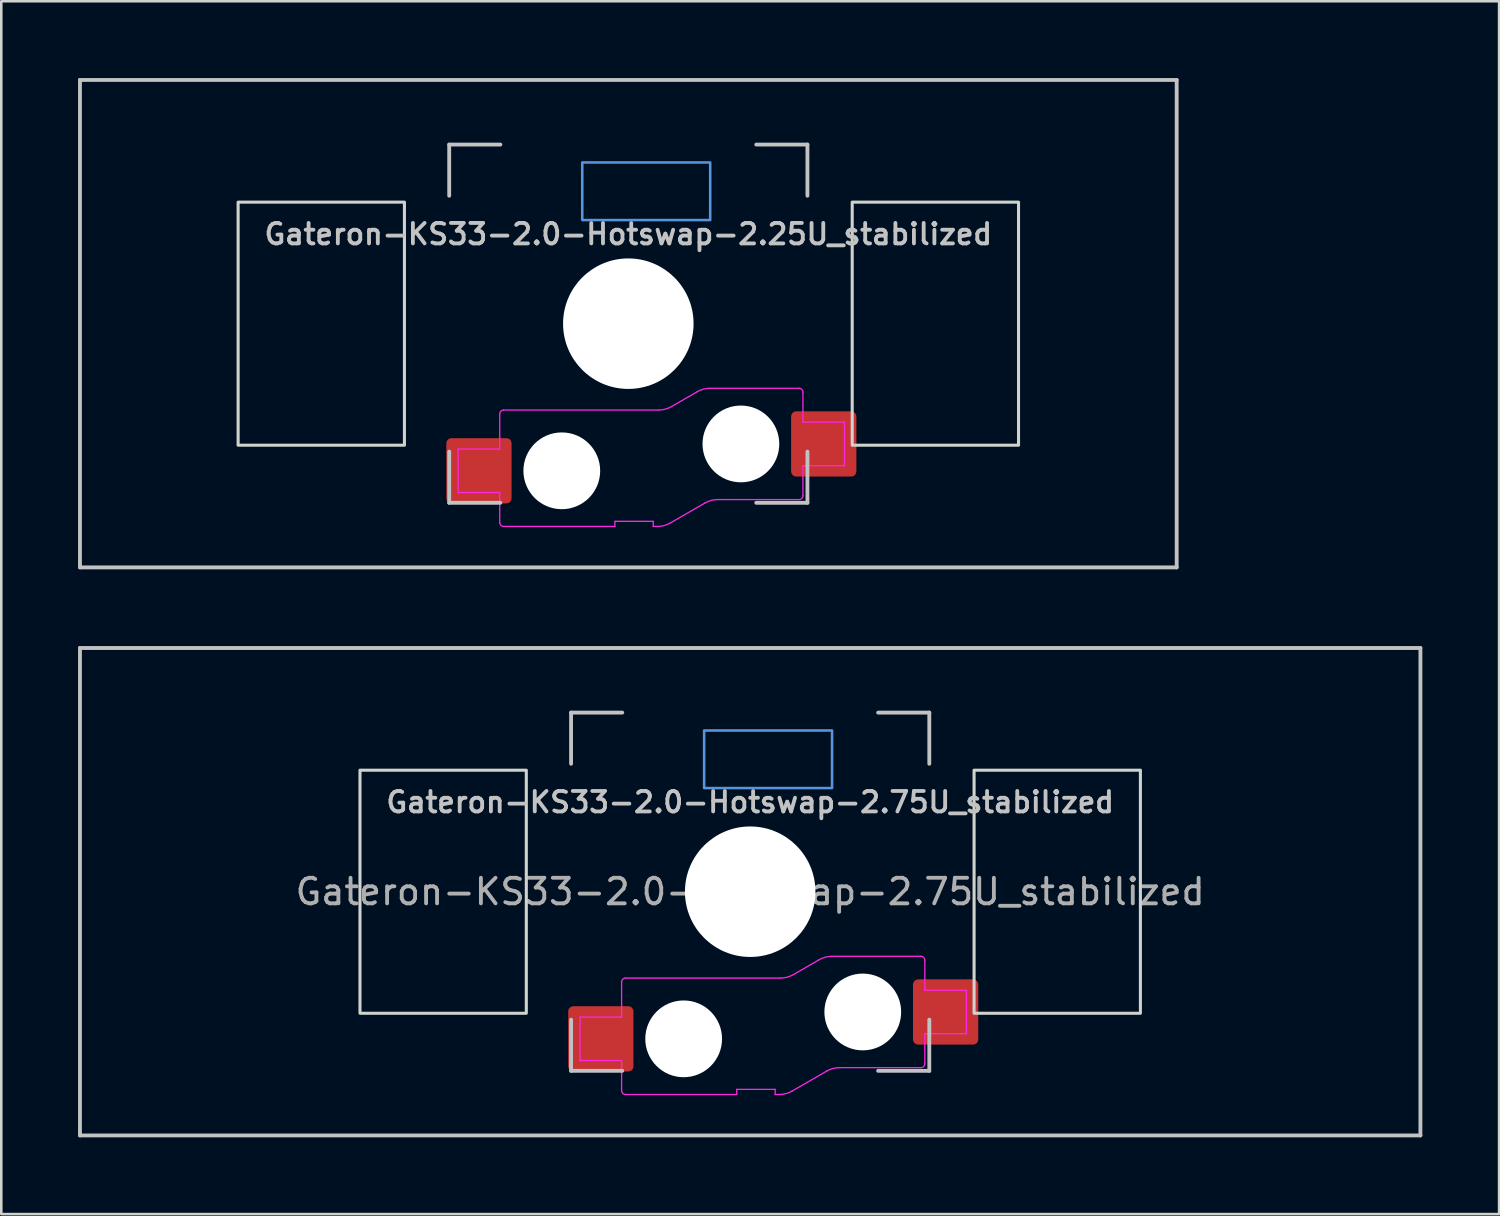
<source format=kicad_pcb>
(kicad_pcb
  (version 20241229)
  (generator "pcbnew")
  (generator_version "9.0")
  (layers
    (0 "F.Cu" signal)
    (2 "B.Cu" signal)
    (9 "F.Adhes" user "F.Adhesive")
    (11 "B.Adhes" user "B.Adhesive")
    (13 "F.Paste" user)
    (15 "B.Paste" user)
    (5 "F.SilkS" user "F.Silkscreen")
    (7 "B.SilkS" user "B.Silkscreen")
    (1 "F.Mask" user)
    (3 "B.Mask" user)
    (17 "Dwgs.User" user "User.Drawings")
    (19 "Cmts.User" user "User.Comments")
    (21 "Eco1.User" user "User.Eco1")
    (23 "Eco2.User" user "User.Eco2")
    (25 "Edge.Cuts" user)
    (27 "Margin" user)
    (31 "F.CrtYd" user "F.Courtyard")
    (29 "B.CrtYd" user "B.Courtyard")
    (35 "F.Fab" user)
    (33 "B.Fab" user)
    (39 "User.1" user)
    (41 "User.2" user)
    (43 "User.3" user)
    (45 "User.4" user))
  (footprint "Gateron-KS33-2.0-Hotswap-2.75U_stabilized"
    (layer "F.Cu")
    (at 26.269 31.8)
    (property "Reference" "Gateron-KS33-2.0-Hotswap-2.75U_stabilized" (at 0 -3.5 0) (layer "Dwgs.User") (effects (font (size 0.8 0.8) (thickness 0.15))))
    (attr smd)
    (fp_line (start -26.194 9.525) (end -26.194 -9.525) (stroke (width 0.15) (type solid)) (layer "Dwgs.User"))
    (fp_line (start -7 -7) (end -5 -7) (stroke (width 0.15) (type solid)) (layer "Dwgs.User"))
    (fp_line (start -7 -5) (end -7 -7) (stroke (width 0.15) (type solid)) (layer "Dwgs.User"))
    (fp_line (start -7 5) (end -7 7) (stroke (width 0.15) (type solid)) (layer "Dwgs.User"))
    (fp_line (start -7 7) (end -5 7) (stroke (width 0.15) (type solid)) (layer "Dwgs.User"))
    (fp_line (start 0 -2) (end 0 2) (stroke (width 0.1) (type solid)) (layer "Dwgs.User"))
    (fp_line (start 2 0) (end -2 0) (stroke (width 0.1) (type solid)) (layer "Dwgs.User"))
    (fp_line (start 5 7) (end 7 7) (stroke (width 0.15) (type solid)) (layer "Dwgs.User"))
    (fp_line (start 7 -7) (end 5 -7) (stroke (width 0.15) (type solid)) (layer "Dwgs.User"))
    (fp_line (start 7 -5) (end 7 -7) (stroke (width 0.15) (type solid)) (layer "Dwgs.User"))
    (fp_line (start 7 7) (end 7 5) (stroke (width 0.15) (type solid)) (layer "Dwgs.User"))
    (fp_line (start 26.194 -9.525) (end -26.194 -9.525) (stroke (width 0.15) (type solid)) (layer "Dwgs.User"))
    (fp_line (start 26.194 9.525) (end -26.194 9.525) (stroke (width 0.15) (type solid)) (layer "Dwgs.User"))
    (fp_line (start 26.194 9.525) (end 26.194 -9.525) (stroke (width 0.15) (type solid)) (layer "Dwgs.User"))
    (fp_rect (start -1.8 -6.3) (end 3.2 -4.05) (stroke (width 0.1) (type default)) (fill no) (layer "Cmts.User"))
    (fp_rect (start -15.25 -4.75) (end -8.75 4.75) (stroke (width 0.12) (type solid)) (fill no) (layer "Edge.Cuts"))
    (fp_rect (start 8.75 -4.75) (end 15.25 4.75) (stroke (width 0.12) (type solid)) (fill no) (layer "Edge.Cuts"))
    (fp_line (start -6.65 4.9) (end -6.65 6.6) (stroke (width 0.05) (type solid)) (layer "F.CrtYd"))
    (fp_line (start -6.65 6.6) (end -5.025 6.6) (stroke (width 0.05) (type solid)) (layer "F.CrtYd"))
    (fp_line (start -5.025 3.525) (end -5.025 4.9) (stroke (width 0.05) (type solid)) (layer "F.CrtYd"))
    (fp_line (start -5.025 4.9) (end -6.65 4.9) (stroke (width 0.05) (type solid)) (layer "F.CrtYd"))
    (fp_line (start -5.025 6.6) (end -5.025 7.775) (stroke (width 0.05) (type solid)) (layer "F.CrtYd"))
    (fp_line (start -4.875 7.925) (end -0.525 7.925) (stroke (width 0.05) (type solid)) (layer "F.CrtYd"))
    (fp_line (start -0.525 7.725) (end 0.975 7.725) (stroke (width 0.05) (type solid)) (layer "F.CrtYd"))
    (fp_line (start -0.525 7.925) (end -0.525 7.725) (stroke (width 0.05) (type solid)) (layer "F.CrtYd"))
    (fp_line (start 0.975 7.725) (end 0.975 7.925) (stroke (width 0.05) (type solid)) (layer "F.CrtYd"))
    (fp_line (start 0.975 7.925) (end 1.138 7.925) (stroke (width 0.05) (type solid)) (layer "F.CrtYd"))
    (fp_line (start 1.185 3.375) (end -4.875 3.375) (stroke (width 0.05) (type solid)) (layer "F.CrtYd"))
    (fp_line (start 1.638 7.791) (end 2.993 7.009) (stroke (width 0.05) (type solid)) (layer "F.CrtYd"))
    (fp_line (start 2.693 2.659) (end 1.685 3.241) (stroke (width 0.05) (type solid)) (layer "F.CrtYd"))
    (fp_line (start 3.493 6.875) (end 6.675 6.875) (stroke (width 0.05) (type solid)) (layer "F.CrtYd"))
    (fp_line (start 6.675 2.525) (end 3.193 2.525) (stroke (width 0.05) (type solid)) (layer "F.CrtYd"))
    (fp_line (start 6.825 3.85) (end 6.825 2.675) (stroke (width 0.05) (type solid)) (layer "F.CrtYd"))
    (fp_line (start 6.825 5.55) (end 8.45 5.55) (stroke (width 0.05) (type solid)) (layer "F.CrtYd"))
    (fp_line (start 6.825 6.725) (end 6.825 5.55) (stroke (width 0.05) (type solid)) (layer "F.CrtYd"))
    (fp_line (start 8.45 3.85) (end 6.825 3.85) (stroke (width 0.05) (type solid)) (layer "F.CrtYd"))
    (fp_line (start 8.45 5.55) (end 8.45 3.85) (stroke (width 0.05) (type solid)) (layer "F.CrtYd"))
    (fp_arc (start -5.025 3.525) (mid -4.981066 3.418934) (end -4.875 3.375) (stroke (width 0.05) (type solid)) (layer "F.CrtYd"))
    (fp_arc (start -4.875 7.925) (mid -4.981066 7.881066) (end -5.025 7.775) (stroke (width 0.05) (type solid)) (layer "F.CrtYd"))
    (fp_arc (start 1.638397 7.791025) (mid 1.397216 7.890926) (end 1.138397 7.925) (stroke (width 0.05) (type solid)) (layer "F.CrtYd"))
    (fp_arc (start 1.684808 3.241025) (mid 1.443627 3.340926) (end 1.184808 3.375) (stroke (width 0.05) (type solid)) (layer "F.CrtYd"))
    (fp_arc (start 2.692949 2.658975) (mid 2.93413 2.559074) (end 3.192949 2.525) (stroke (width 0.05) (type solid)) (layer "F.CrtYd"))
    (fp_arc (start 2.992949 7.008975) (mid 3.23413 6.909074) (end 3.492949 6.875) (stroke (width 0.05) (type solid)) (layer "F.CrtYd"))
    (fp_arc (start 6.675 2.525) (mid 6.781066 2.568934) (end 6.825 2.675) (stroke (width 0.05) (type solid)) (layer "F.CrtYd"))
    (fp_arc (start 6.825 6.725) (mid 6.781066 6.831066) (end 6.675 6.875) (stroke (width 0.05) (type solid)) (layer "F.CrtYd"))
    (fp_text user "${REFERENCE}" (at 0 0 180) (layer "F.Fab") (effects (font (size 1 1) (thickness 0.15))))
    (pad "" np_thru_hole circle (at -2.6 5.75 180) (size 3 3) (drill 3) (layers "*.Cu" "*.Mask"))
    (pad "" np_thru_hole circle (at 0 0 180) (size 5.1 5.1) (drill 5.1) (layers "*.Cu" "*.Mask"))
    (pad "" np_thru_hole circle (at 4.4 4.7 180) (size 3 3) (drill 3) (layers "*.Cu" "*.Mask"))
    (pad "1" smd roundrect (at 7.638 4.7 180) (size 2.55 2.55) (layers "F.Cu" "F.Mask" "F.Paste") (roundrect_rratio 0.078))
    (pad "2" smd roundrect (at -5.838 5.75 180) (size 2.55 2.55) (layers "F.Cu" "F.Mask" "F.Paste") (roundrect_rratio 0.078)))
  (footprint "Gateron-KS33-2.0-Hotswap-2.25U_stabilized"
    (layer "F.Cu")
    (at 21.506 9.6)
    (property "Reference" "Gateron-KS33-2.0-Hotswap-2.25U_stabilized" (at 0 -3.5 0) (layer "Dwgs.User") (effects (font (size 0.8 0.8) (thickness 0.15))))
    (attr smd)
    (fp_line (start -21.431 9.525) (end -21.431 -9.525) (stroke (width 0.15) (type solid)) (layer "Dwgs.User"))
    (fp_line (start -7 -7) (end -5 -7) (stroke (width 0.15) (type solid)) (layer "Dwgs.User"))
    (fp_line (start -7 -5) (end -7 -7) (stroke (width 0.15) (type solid)) (layer "Dwgs.User"))
    (fp_line (start -7 5) (end -7 7) (stroke (width 0.15) (type solid)) (layer "Dwgs.User"))
    (fp_line (start -7 7) (end -5 7) (stroke (width 0.15) (type solid)) (layer "Dwgs.User"))
    (fp_line (start 5 7) (end 7 7) (stroke (width 0.15) (type solid)) (layer "Dwgs.User"))
    (fp_line (start 7 -7) (end 5 -7) (stroke (width 0.15) (type solid)) (layer "Dwgs.User"))
    (fp_line (start 7 -5) (end 7 -7) (stroke (width 0.15) (type solid)) (layer "Dwgs.User"))
    (fp_line (start 7 7) (end 7 5) (stroke (width 0.15) (type solid)) (layer "Dwgs.User"))
    (fp_line (start 21.431 -9.525) (end -21.431 -9.525) (stroke (width 0.15) (type solid)) (layer "Dwgs.User"))
    (fp_line (start 21.431 9.525) (end -21.431 9.525) (stroke (width 0.15) (type solid)) (layer "Dwgs.User"))
    (fp_line (start 21.431 9.525) (end 21.431 -9.525) (stroke (width 0.15) (type solid)) (layer "Dwgs.User"))
    (fp_rect (start -1.8 -6.3) (end 3.2 -4.05) (stroke (width 0.1) (type default)) (fill no) (layer "Cmts.User"))
    (fp_rect (start -8.75 -4.75) (end -15.25 4.75) (stroke (width 0.12) (type solid)) (fill no) (layer "Edge.Cuts"))
    (fp_rect (start 8.75 -4.75) (end 15.25 4.75) (stroke (width 0.12) (type solid)) (fill no) (layer "Edge.Cuts"))
    (fp_line (start -6.65 4.9) (end -6.65 6.6) (stroke (width 0.05) (type solid)) (layer "F.CrtYd"))
    (fp_line (start -6.65 6.6) (end -5.025 6.6) (stroke (width 0.05) (type solid)) (layer "F.CrtYd"))
    (fp_line (start -5.025 3.525) (end -5.025 4.9) (stroke (width 0.05) (type solid)) (layer "F.CrtYd"))
    (fp_line (start -5.025 4.9) (end -6.65 4.9) (stroke (width 0.05) (type solid)) (layer "F.CrtYd"))
    (fp_line (start -5.025 6.6) (end -5.025 7.775) (stroke (width 0.05) (type solid)) (layer "F.CrtYd"))
    (fp_line (start -4.875 7.925) (end -0.525 7.925) (stroke (width 0.05) (type solid)) (layer "F.CrtYd"))
    (fp_line (start -0.525 7.725) (end 0.975 7.725) (stroke (width 0.05) (type solid)) (layer "F.CrtYd"))
    (fp_line (start -0.525 7.925) (end -0.525 7.725) (stroke (width 0.05) (type solid)) (layer "F.CrtYd"))
    (fp_line (start 0.975 7.725) (end 0.975 7.925) (stroke (width 0.05) (type solid)) (layer "F.CrtYd"))
    (fp_line (start 0.975 7.925) (end 1.138 7.925) (stroke (width 0.05) (type solid)) (layer "F.CrtYd"))
    (fp_line (start 1.185 3.375) (end -4.875 3.375) (stroke (width 0.05) (type solid)) (layer "F.CrtYd"))
    (fp_line (start 1.638 7.791) (end 2.993 7.009) (stroke (width 0.05) (type solid)) (layer "F.CrtYd"))
    (fp_line (start 2.693 2.659) (end 1.685 3.241) (stroke (width 0.05) (type solid)) (layer "F.CrtYd"))
    (fp_line (start 3.493 6.875) (end 6.675 6.875) (stroke (width 0.05) (type solid)) (layer "F.CrtYd"))
    (fp_line (start 6.675 2.525) (end 3.193 2.525) (stroke (width 0.05) (type solid)) (layer "F.CrtYd"))
    (fp_line (start 6.825 3.85) (end 6.825 2.675) (stroke (width 0.05) (type solid)) (layer "F.CrtYd"))
    (fp_line (start 6.825 5.55) (end 8.45 5.55) (stroke (width 0.05) (type solid)) (layer "F.CrtYd"))
    (fp_line (start 6.825 6.725) (end 6.825 5.55) (stroke (width 0.05) (type solid)) (layer "F.CrtYd"))
    (fp_line (start 8.45 3.85) (end 6.825 3.85) (stroke (width 0.05) (type solid)) (layer "F.CrtYd"))
    (fp_line (start 8.45 5.55) (end 8.45 3.85) (stroke (width 0.05) (type solid)) (layer "F.CrtYd"))
    (fp_arc (start -5.025 3.525) (mid -4.981066 3.418934) (end -4.875 3.375) (stroke (width 0.05) (type solid)) (layer "F.CrtYd"))
    (fp_arc (start -4.875 7.925) (mid -4.981066 7.881066) (end -5.025 7.775) (stroke (width 0.05) (type solid)) (layer "F.CrtYd"))
    (fp_arc (start 1.638397 7.791025) (mid 1.397216 7.890926) (end 1.138397 7.925) (stroke (width 0.05) (type solid)) (layer "F.CrtYd"))
    (fp_arc (start 1.684808 3.241025) (mid 1.443627 3.340926) (end 1.184808 3.375) (stroke (width 0.05) (type solid)) (layer "F.CrtYd"))
    (fp_arc (start 2.692949 2.658975) (mid 2.93413 2.559074) (end 3.192949 2.525) (stroke (width 0.05) (type solid)) (layer "F.CrtYd"))
    (fp_arc (start 2.992949 7.008975) (mid 3.23413 6.909074) (end 3.492949 6.875) (stroke (width 0.05) (type solid)) (layer "F.CrtYd"))
    (fp_arc (start 6.675 2.525) (mid 6.781066 2.568934) (end 6.825 2.675) (stroke (width 0.05) (type solid)) (layer "F.CrtYd"))
    (fp_arc (start 6.825 6.725) (mid 6.781066 6.831066) (end 6.675 6.875) (stroke (width 0.05) (type solid)) (layer "F.CrtYd"))
    (pad "" np_thru_hole circle (at -2.6 5.75 180) (size 3 3) (drill 3) (layers "*.Cu" "*.Mask"))
    (pad "" np_thru_hole circle (at 0 0 180) (size 5.1 5.1) (drill 5.1) (layers "*.Cu" "*.Mask"))
    (pad "" np_thru_hole circle (at 4.4 4.7 180) (size 3 3) (drill 3) (layers "*.Cu" "*.Mask"))
    (pad "1" smd roundrect (at 7.638 4.7 180) (size 2.55 2.55) (layers "F.Cu" "F.Mask" "F.Paste") (roundrect_rratio 0.078))
    (pad "2" smd roundrect (at -5.838 5.75 180) (size 2.55 2.55) (layers "F.Cu" "F.Mask" "F.Paste") (roundrect_rratio 0.078)))
  (gr_rect
    (start -3 -3)
    (end 55.538 44.4)
    (stroke (width 0.1) (type default))
    (fill no)
    (layer "Edge.Cuts")))
</source>
